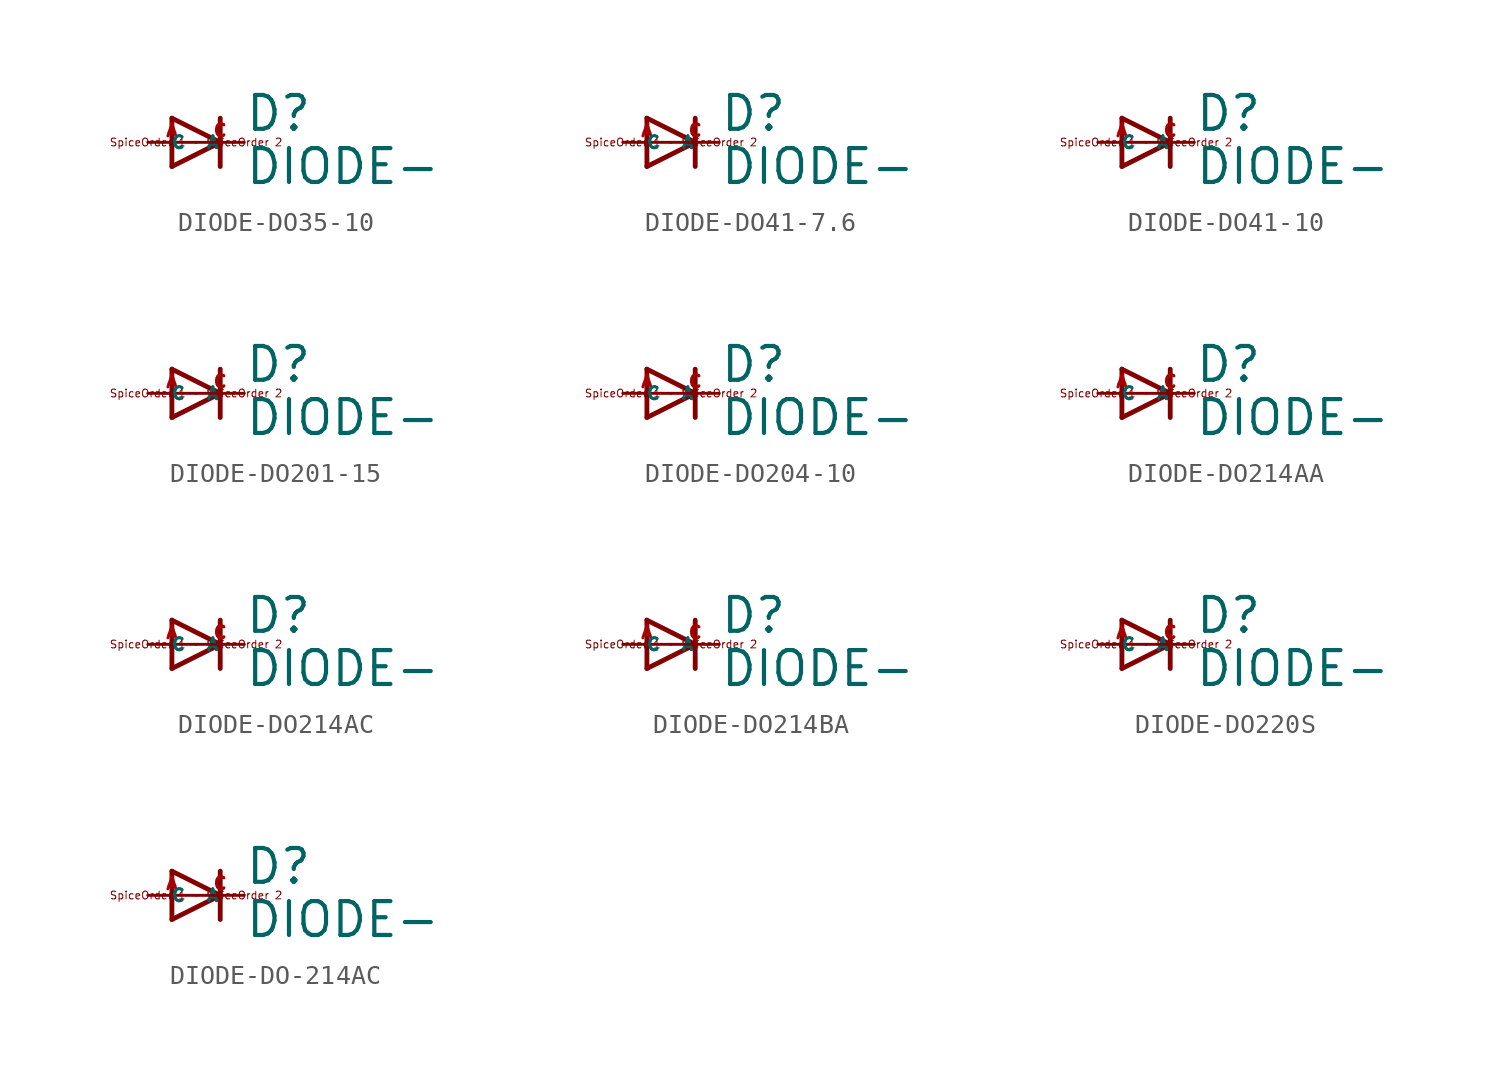
<source format=kicad_sym>
(kicad_symbol_lib
  (version 20220914)
  (generator Eagle2Kicad)
  (symbol "DIODE-DO35-10"
    (property "Reference" "D"
      (at 2.54 0.483 0)
      (effects (font (size 1.778 1.778) (thickness 0.22)) (justify left bottom)))
    (property "Value" "DIODE-"
      (at 2.54 -2.311 0)
      (effects (font (size 1.778 1.778) (thickness 0.22)) (justify left bottom)))
    (polyline
      (pts (xy -1.27 -1.27) (xy 1.27 0))
      (stroke (width 0.254) (type default))
      (fill (type none)))
    (polyline
      (pts (xy 1.27 0) (xy -1.27 1.27))
      (stroke (width 0.254) (type default))
      (fill (type none)))
    (polyline
      (pts (xy 1.27 1.27) (xy 1.27 0))
      (stroke (width 0.254) (type default))
      (fill (type none)))
    (polyline
      (pts (xy -1.27 1.27) (xy -1.27 -1.27))
      (stroke (width 0.254) (type default))
      (fill (type none)))
    (polyline
      (pts (xy 1.27 0) (xy 1.27 -1.27))
      (stroke (width 0.254) (type default))
      (fill (type none)))
    (text "SpiceOrder 1"
      (at -2.54 0 0)
      (effects (font (size 0.406 0.406) (thickness 0.05))))
    (text "SpiceOrder 2"
      (at 2.54 0 0)
      (effects (font (size 0.406 0.406) (thickness 0.05))))
    (pin passive line
      (at -2.54 0 0)
      (length 2.54)
      (name "A" (effects (font (size 0.635 0.635) (thickness 0.08)) (justify left bottom)))
      (number "A" (effects (font (size 0.635 0.635) (thickness 0.08)) (justify left bottom))))
    (pin passive line
      (at 2.54 0 180)
      (length 2.54)
      (name "C" (effects (font (size 0.635 0.635) (thickness 0.08)) (justify left bottom)))
      (number "C" (effects (font (size 0.635 0.635) (thickness 0.08)) (justify left bottom)))))
  (symbol "DIODE-DO41-7.6"
    (property "Reference" "D"
      (at 2.54 0.483 0)
      (effects (font (size 1.778 1.778) (thickness 0.22)) (justify left bottom)))
    (property "Value" "DIODE-"
      (at 2.54 -2.311 0)
      (effects (font (size 1.778 1.778) (thickness 0.22)) (justify left bottom)))
    (polyline
      (pts (xy -1.27 -1.27) (xy 1.27 0))
      (stroke (width 0.254) (type default))
      (fill (type none)))
    (polyline
      (pts (xy 1.27 0) (xy -1.27 1.27))
      (stroke (width 0.254) (type default))
      (fill (type none)))
    (polyline
      (pts (xy 1.27 1.27) (xy 1.27 0))
      (stroke (width 0.254) (type default))
      (fill (type none)))
    (polyline
      (pts (xy -1.27 1.27) (xy -1.27 -1.27))
      (stroke (width 0.254) (type default))
      (fill (type none)))
    (polyline
      (pts (xy 1.27 0) (xy 1.27 -1.27))
      (stroke (width 0.254) (type default))
      (fill (type none)))
    (text "SpiceOrder 1"
      (at -2.54 0 0)
      (effects (font (size 0.406 0.406) (thickness 0.05))))
    (text "SpiceOrder 2"
      (at 2.54 0 0)
      (effects (font (size 0.406 0.406) (thickness 0.05))))
    (pin passive line
      (at -2.54 0 0)
      (length 2.54)
      (name "A" (effects (font (size 0.635 0.635) (thickness 0.08)) (justify left bottom)))
      (number "A" (effects (font (size 0.635 0.635) (thickness 0.08)) (justify left bottom))))
    (pin passive line
      (at 2.54 0 180)
      (length 2.54)
      (name "C" (effects (font (size 0.635 0.635) (thickness 0.08)) (justify left bottom)))
      (number "C" (effects (font (size 0.635 0.635) (thickness 0.08)) (justify left bottom)))))
  (symbol "DIODE-DO41-10"
    (property "Reference" "D"
      (at 2.54 0.483 0)
      (effects (font (size 1.778 1.778) (thickness 0.22)) (justify left bottom)))
    (property "Value" "DIODE-"
      (at 2.54 -2.311 0)
      (effects (font (size 1.778 1.778) (thickness 0.22)) (justify left bottom)))
    (polyline
      (pts (xy -1.27 -1.27) (xy 1.27 0))
      (stroke (width 0.254) (type default))
      (fill (type none)))
    (polyline
      (pts (xy 1.27 0) (xy -1.27 1.27))
      (stroke (width 0.254) (type default))
      (fill (type none)))
    (polyline
      (pts (xy 1.27 1.27) (xy 1.27 0))
      (stroke (width 0.254) (type default))
      (fill (type none)))
    (polyline
      (pts (xy -1.27 1.27) (xy -1.27 -1.27))
      (stroke (width 0.254) (type default))
      (fill (type none)))
    (polyline
      (pts (xy 1.27 0) (xy 1.27 -1.27))
      (stroke (width 0.254) (type default))
      (fill (type none)))
    (text "SpiceOrder 1"
      (at -2.54 0 0)
      (effects (font (size 0.406 0.406) (thickness 0.05))))
    (text "SpiceOrder 2"
      (at 2.54 0 0)
      (effects (font (size 0.406 0.406) (thickness 0.05))))
    (pin passive line
      (at -2.54 0 0)
      (length 2.54)
      (name "A" (effects (font (size 0.635 0.635) (thickness 0.08)) (justify left bottom)))
      (number "A" (effects (font (size 0.635 0.635) (thickness 0.08)) (justify left bottom))))
    (pin passive line
      (at 2.54 0 180)
      (length 2.54)
      (name "C" (effects (font (size 0.635 0.635) (thickness 0.08)) (justify left bottom)))
      (number "C" (effects (font (size 0.635 0.635) (thickness 0.08)) (justify left bottom)))))
  (symbol "DIODE-DO201-15"
    (property "Reference" "D"
      (at 2.54 0.483 0)
      (effects (font (size 1.778 1.778) (thickness 0.22)) (justify left bottom)))
    (property "Value" "DIODE-"
      (at 2.54 -2.311 0)
      (effects (font (size 1.778 1.778) (thickness 0.22)) (justify left bottom)))
    (polyline
      (pts (xy -1.27 -1.27) (xy 1.27 0))
      (stroke (width 0.254) (type default))
      (fill (type none)))
    (polyline
      (pts (xy 1.27 0) (xy -1.27 1.27))
      (stroke (width 0.254) (type default))
      (fill (type none)))
    (polyline
      (pts (xy 1.27 1.27) (xy 1.27 0))
      (stroke (width 0.254) (type default))
      (fill (type none)))
    (polyline
      (pts (xy -1.27 1.27) (xy -1.27 -1.27))
      (stroke (width 0.254) (type default))
      (fill (type none)))
    (polyline
      (pts (xy 1.27 0) (xy 1.27 -1.27))
      (stroke (width 0.254) (type default))
      (fill (type none)))
    (text "SpiceOrder 1"
      (at -2.54 0 0)
      (effects (font (size 0.406 0.406) (thickness 0.05))))
    (text "SpiceOrder 2"
      (at 2.54 0 0)
      (effects (font (size 0.406 0.406) (thickness 0.05))))
    (pin passive line
      (at -2.54 0 0)
      (length 2.54)
      (name "A" (effects (font (size 0.635 0.635) (thickness 0.08)) (justify left bottom)))
      (number "A" (effects (font (size 0.635 0.635) (thickness 0.08)) (justify left bottom))))
    (pin passive line
      (at 2.54 0 180)
      (length 2.54)
      (name "C" (effects (font (size 0.635 0.635) (thickness 0.08)) (justify left bottom)))
      (number "C" (effects (font (size 0.635 0.635) (thickness 0.08)) (justify left bottom)))))
  (symbol "DIODE-DO204-10"
    (property "Reference" "D"
      (at 2.54 0.483 0)
      (effects (font (size 1.778 1.778) (thickness 0.22)) (justify left bottom)))
    (property "Value" "DIODE-"
      (at 2.54 -2.311 0)
      (effects (font (size 1.778 1.778) (thickness 0.22)) (justify left bottom)))
    (polyline
      (pts (xy -1.27 -1.27) (xy 1.27 0))
      (stroke (width 0.254) (type default))
      (fill (type none)))
    (polyline
      (pts (xy 1.27 0) (xy -1.27 1.27))
      (stroke (width 0.254) (type default))
      (fill (type none)))
    (polyline
      (pts (xy 1.27 1.27) (xy 1.27 0))
      (stroke (width 0.254) (type default))
      (fill (type none)))
    (polyline
      (pts (xy -1.27 1.27) (xy -1.27 -1.27))
      (stroke (width 0.254) (type default))
      (fill (type none)))
    (polyline
      (pts (xy 1.27 0) (xy 1.27 -1.27))
      (stroke (width 0.254) (type default))
      (fill (type none)))
    (text "SpiceOrder 1"
      (at -2.54 0 0)
      (effects (font (size 0.406 0.406) (thickness 0.05))))
    (text "SpiceOrder 2"
      (at 2.54 0 0)
      (effects (font (size 0.406 0.406) (thickness 0.05))))
    (pin passive line
      (at -2.54 0 0)
      (length 2.54)
      (name "A" (effects (font (size 0.635 0.635) (thickness 0.08)) (justify left bottom)))
      (number "A" (effects (font (size 0.635 0.635) (thickness 0.08)) (justify left bottom))))
    (pin passive line
      (at 2.54 0 180)
      (length 2.54)
      (name "C" (effects (font (size 0.635 0.635) (thickness 0.08)) (justify left bottom)))
      (number "C" (effects (font (size 0.635 0.635) (thickness 0.08)) (justify left bottom)))))
  (symbol "DIODE-DO214AA"
    (property "Reference" "D"
      (at 2.54 0.483 0)
      (effects (font (size 1.778 1.778) (thickness 0.22)) (justify left bottom)))
    (property "Value" "DIODE-"
      (at 2.54 -2.311 0)
      (effects (font (size 1.778 1.778) (thickness 0.22)) (justify left bottom)))
    (polyline
      (pts (xy -1.27 -1.27) (xy 1.27 0))
      (stroke (width 0.254) (type default))
      (fill (type none)))
    (polyline
      (pts (xy 1.27 0) (xy -1.27 1.27))
      (stroke (width 0.254) (type default))
      (fill (type none)))
    (polyline
      (pts (xy 1.27 1.27) (xy 1.27 0))
      (stroke (width 0.254) (type default))
      (fill (type none)))
    (polyline
      (pts (xy -1.27 1.27) (xy -1.27 -1.27))
      (stroke (width 0.254) (type default))
      (fill (type none)))
    (polyline
      (pts (xy 1.27 0) (xy 1.27 -1.27))
      (stroke (width 0.254) (type default))
      (fill (type none)))
    (text "SpiceOrder 1"
      (at -2.54 0 0)
      (effects (font (size 0.406 0.406) (thickness 0.05))))
    (text "SpiceOrder 2"
      (at 2.54 0 0)
      (effects (font (size 0.406 0.406) (thickness 0.05))))
    (pin passive line
      (at -2.54 0 0)
      (length 2.54)
      (name "A" (effects (font (size 0.635 0.635) (thickness 0.08)) (justify left bottom)))
      (number "A" (effects (font (size 0.635 0.635) (thickness 0.08)) (justify left bottom))))
    (pin passive line
      (at 2.54 0 180)
      (length 2.54)
      (name "C" (effects (font (size 0.635 0.635) (thickness 0.08)) (justify left bottom)))
      (number "C" (effects (font (size 0.635 0.635) (thickness 0.08)) (justify left bottom)))))
  (symbol "DIODE-DO214AC"
    (property "Reference" "D"
      (at 2.54 0.483 0)
      (effects (font (size 1.778 1.778) (thickness 0.22)) (justify left bottom)))
    (property "Value" "DIODE-"
      (at 2.54 -2.311 0)
      (effects (font (size 1.778 1.778) (thickness 0.22)) (justify left bottom)))
    (polyline
      (pts (xy -1.27 -1.27) (xy 1.27 0))
      (stroke (width 0.254) (type default))
      (fill (type none)))
    (polyline
      (pts (xy 1.27 0) (xy -1.27 1.27))
      (stroke (width 0.254) (type default))
      (fill (type none)))
    (polyline
      (pts (xy 1.27 1.27) (xy 1.27 0))
      (stroke (width 0.254) (type default))
      (fill (type none)))
    (polyline
      (pts (xy -1.27 1.27) (xy -1.27 -1.27))
      (stroke (width 0.254) (type default))
      (fill (type none)))
    (polyline
      (pts (xy 1.27 0) (xy 1.27 -1.27))
      (stroke (width 0.254) (type default))
      (fill (type none)))
    (text "SpiceOrder 1"
      (at -2.54 0 0)
      (effects (font (size 0.406 0.406) (thickness 0.05))))
    (text "SpiceOrder 2"
      (at 2.54 0 0)
      (effects (font (size 0.406 0.406) (thickness 0.05))))
    (pin passive line
      (at -2.54 0 0)
      (length 2.54)
      (name "A" (effects (font (size 0.635 0.635) (thickness 0.08)) (justify left bottom)))
      (number "A" (effects (font (size 0.635 0.635) (thickness 0.08)) (justify left bottom))))
    (pin passive line
      (at 2.54 0 180)
      (length 2.54)
      (name "C" (effects (font (size 0.635 0.635) (thickness 0.08)) (justify left bottom)))
      (number "C" (effects (font (size 0.635 0.635) (thickness 0.08)) (justify left bottom)))))
  (symbol "DIODE-DO214BA"
    (property "Reference" "D"
      (at 2.54 0.483 0)
      (effects (font (size 1.778 1.778) (thickness 0.22)) (justify left bottom)))
    (property "Value" "DIODE-"
      (at 2.54 -2.311 0)
      (effects (font (size 1.778 1.778) (thickness 0.22)) (justify left bottom)))
    (polyline
      (pts (xy -1.27 -1.27) (xy 1.27 0))
      (stroke (width 0.254) (type default))
      (fill (type none)))
    (polyline
      (pts (xy 1.27 0) (xy -1.27 1.27))
      (stroke (width 0.254) (type default))
      (fill (type none)))
    (polyline
      (pts (xy 1.27 1.27) (xy 1.27 0))
      (stroke (width 0.254) (type default))
      (fill (type none)))
    (polyline
      (pts (xy -1.27 1.27) (xy -1.27 -1.27))
      (stroke (width 0.254) (type default))
      (fill (type none)))
    (polyline
      (pts (xy 1.27 0) (xy 1.27 -1.27))
      (stroke (width 0.254) (type default))
      (fill (type none)))
    (text "SpiceOrder 1"
      (at -2.54 0 0)
      (effects (font (size 0.406 0.406) (thickness 0.05))))
    (text "SpiceOrder 2"
      (at 2.54 0 0)
      (effects (font (size 0.406 0.406) (thickness 0.05))))
    (pin passive line
      (at -2.54 0 0)
      (length 2.54)
      (name "A" (effects (font (size 0.635 0.635) (thickness 0.08)) (justify left bottom)))
      (number "A" (effects (font (size 0.635 0.635) (thickness 0.08)) (justify left bottom))))
    (pin passive line
      (at 2.54 0 180)
      (length 2.54)
      (name "C" (effects (font (size 0.635 0.635) (thickness 0.08)) (justify left bottom)))
      (number "C" (effects (font (size 0.635 0.635) (thickness 0.08)) (justify left bottom)))))
  (symbol "DIODE-DO220S"
    (property "Reference" "D"
      (at 2.54 0.483 0)
      (effects (font (size 1.778 1.778) (thickness 0.22)) (justify left bottom)))
    (property "Value" "DIODE-"
      (at 2.54 -2.311 0)
      (effects (font (size 1.778 1.778) (thickness 0.22)) (justify left bottom)))
    (polyline
      (pts (xy -1.27 -1.27) (xy 1.27 0))
      (stroke (width 0.254) (type default))
      (fill (type none)))
    (polyline
      (pts (xy 1.27 0) (xy -1.27 1.27))
      (stroke (width 0.254) (type default))
      (fill (type none)))
    (polyline
      (pts (xy 1.27 1.27) (xy 1.27 0))
      (stroke (width 0.254) (type default))
      (fill (type none)))
    (polyline
      (pts (xy -1.27 1.27) (xy -1.27 -1.27))
      (stroke (width 0.254) (type default))
      (fill (type none)))
    (polyline
      (pts (xy 1.27 0) (xy 1.27 -1.27))
      (stroke (width 0.254) (type default))
      (fill (type none)))
    (text "SpiceOrder 1"
      (at -2.54 0 0)
      (effects (font (size 0.406 0.406) (thickness 0.05))))
    (text "SpiceOrder 2"
      (at 2.54 0 0)
      (effects (font (size 0.406 0.406) (thickness 0.05))))
    (pin passive line
      (at -2.54 0 0)
      (length 2.54)
      (name "A" (effects (font (size 0.635 0.635) (thickness 0.08)) (justify left bottom)))
      (number "A" (effects (font (size 0.635 0.635) (thickness 0.08)) (justify left bottom))))
    (pin passive line
      (at 2.54 0 180)
      (length 2.54)
      (name "C" (effects (font (size 0.635 0.635) (thickness 0.08)) (justify left bottom)))
      (number "C" (effects (font (size 0.635 0.635) (thickness 0.08)) (justify left bottom)))))
  (symbol "DIODE-DO-214AC"
    (property "Reference" "D"
      (at 2.54 0.483 0)
      (effects (font (size 1.778 1.778) (thickness 0.22)) (justify left bottom)))
    (property "Value" "DIODE-"
      (at 2.54 -2.311 0)
      (effects (font (size 1.778 1.778) (thickness 0.22)) (justify left bottom)))
    (polyline
      (pts (xy -1.27 -1.27) (xy 1.27 0))
      (stroke (width 0.254) (type default))
      (fill (type none)))
    (polyline
      (pts (xy 1.27 0) (xy -1.27 1.27))
      (stroke (width 0.254) (type default))
      (fill (type none)))
    (polyline
      (pts (xy 1.27 1.27) (xy 1.27 0))
      (stroke (width 0.254) (type default))
      (fill (type none)))
    (polyline
      (pts (xy -1.27 1.27) (xy -1.27 -1.27))
      (stroke (width 0.254) (type default))
      (fill (type none)))
    (polyline
      (pts (xy 1.27 0) (xy 1.27 -1.27))
      (stroke (width 0.254) (type default))
      (fill (type none)))
    (text "SpiceOrder 1"
      (at -2.54 0 0)
      (effects (font (size 0.406 0.406) (thickness 0.05))))
    (text "SpiceOrder 2"
      (at 2.54 0 0)
      (effects (font (size 0.406 0.406) (thickness 0.05))))
    (pin passive line
      (at -2.54 0 0)
      (length 2.54)
      (name "A" (effects (font (size 0.635 0.635) (thickness 0.08)) (justify left bottom)))
      (number "A" (effects (font (size 0.635 0.635) (thickness 0.08)) (justify left bottom))))
    (pin passive line
      (at 2.54 0 180)
      (length 2.54)
      (name "C" (effects (font (size 0.635 0.635) (thickness 0.08)) (justify left bottom)))
      (number "C" (effects (font (size 0.635 0.635) (thickness 0.08)) (justify left bottom))))))
</source>
